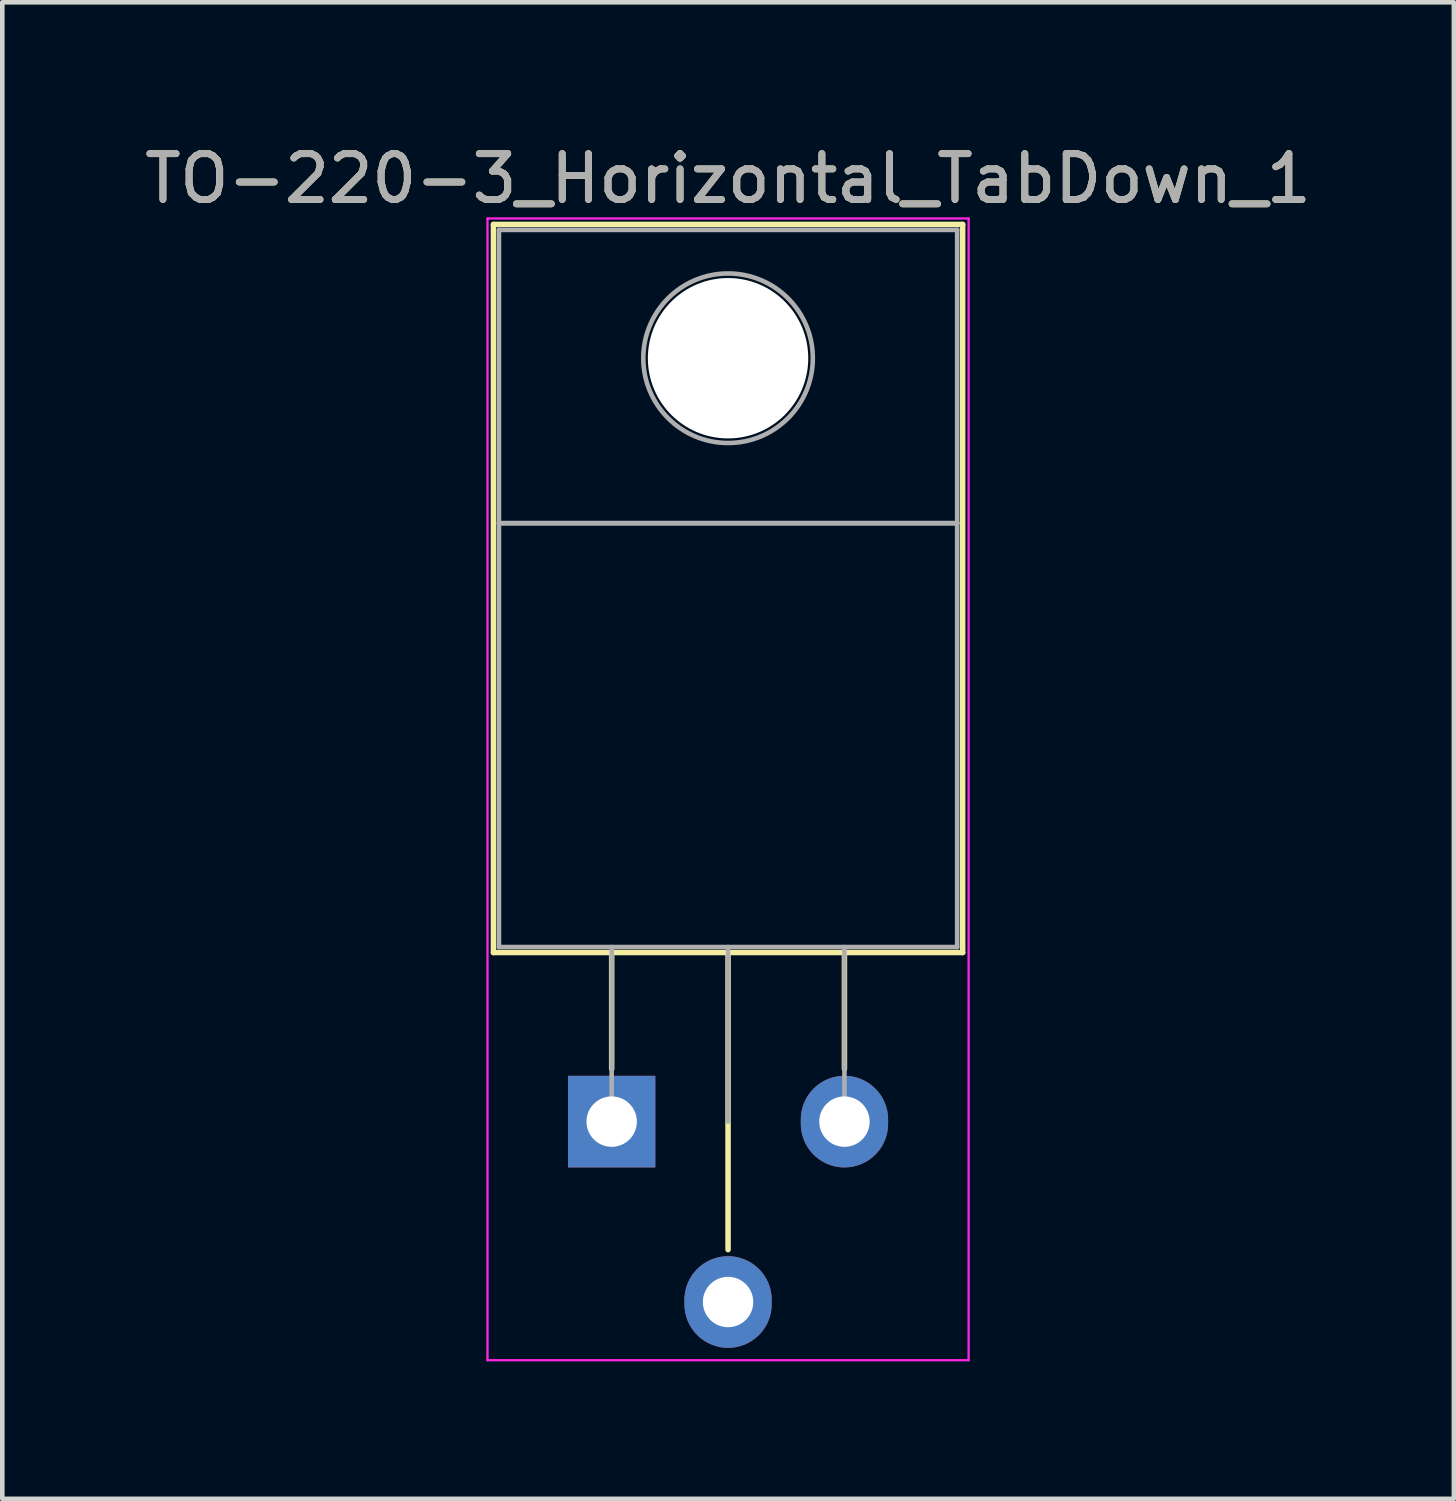
<source format=kicad_pcb>
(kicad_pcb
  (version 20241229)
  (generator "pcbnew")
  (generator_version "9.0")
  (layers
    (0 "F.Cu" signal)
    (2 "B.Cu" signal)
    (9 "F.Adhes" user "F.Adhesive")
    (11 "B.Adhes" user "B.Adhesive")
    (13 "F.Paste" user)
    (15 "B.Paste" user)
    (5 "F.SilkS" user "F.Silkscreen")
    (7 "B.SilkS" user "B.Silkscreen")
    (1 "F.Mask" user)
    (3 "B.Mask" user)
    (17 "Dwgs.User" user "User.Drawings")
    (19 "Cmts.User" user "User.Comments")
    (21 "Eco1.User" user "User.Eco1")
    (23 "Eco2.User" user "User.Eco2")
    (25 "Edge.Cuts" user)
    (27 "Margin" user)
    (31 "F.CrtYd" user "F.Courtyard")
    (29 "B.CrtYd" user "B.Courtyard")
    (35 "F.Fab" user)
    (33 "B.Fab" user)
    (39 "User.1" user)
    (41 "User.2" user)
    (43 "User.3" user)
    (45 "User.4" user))
  (footprint "TO-220-3_Horizontal_TabDown_1"
    (layer "F.Cu")
    (at 10.299 21.428)
    (property "Reference" "TO-220-3_Horizontal_TabDown_1" (at 2.54 -20.58 0) (layer "F.SilkS") (effects (font (size 1 1) (thickness 0.15))))
    (attr through_hole)
    (fp_line (start -2.58 -19.58) (end -2.58 -3.69) (stroke (width 0.12) (type solid)) (layer "F.SilkS"))
    (fp_line (start -2.58 -19.58) (end 7.66 -19.58) (stroke (width 0.12) (type solid)) (layer "F.SilkS"))
    (fp_line (start -2.58 -3.69) (end 7.66 -3.69) (stroke (width 0.12) (type solid)) (layer "F.SilkS"))
    (fp_line (start 0 -3.69) (end 0 -1.15) (stroke (width 0.12) (type solid)) (layer "F.SilkS"))
    (fp_line (start 2.54 -3.69) (end 2.54 2.794) (stroke (width 0.12) (type solid)) (layer "F.SilkS"))
    (fp_line (start 5.08 -3.69) (end 5.08 -1.15) (stroke (width 0.12) (type solid)) (layer "F.SilkS"))
    (fp_line (start 7.66 -19.58) (end 7.66 -3.69) (stroke (width 0.12) (type solid)) (layer "F.SilkS"))
    (fp_line (start -2.71 -19.71) (end -2.71 5.207) (stroke (width 0.05) (type solid)) (layer "F.CrtYd"))
    (fp_line (start -2.71 5.207) (end 7.79 5.207) (stroke (width 0.05) (type solid)) (layer "F.CrtYd"))
    (fp_line (start 7.79 -19.71) (end -2.71 -19.71) (stroke (width 0.05) (type solid)) (layer "F.CrtYd"))
    (fp_line (start 7.79 5.207) (end 7.79 -19.71) (stroke (width 0.05) (type solid)) (layer "F.CrtYd"))
    (fp_line (start -2.46 -19.46) (end 7.54 -19.46) (stroke (width 0.1) (type solid)) (layer "F.Fab"))
    (fp_line (start -2.46 -13.06) (end -2.46 -19.46) (stroke (width 0.1) (type solid)) (layer "F.Fab"))
    (fp_line (start -2.46 -13.06) (end 7.54 -13.06) (stroke (width 0.1) (type solid)) (layer "F.Fab"))
    (fp_line (start -2.46 -3.81) (end -2.46 -13.06) (stroke (width 0.1) (type solid)) (layer "F.Fab"))
    (fp_line (start 0 -3.81) (end 0 0) (stroke (width 0.1) (type solid)) (layer "F.Fab"))
    (fp_line (start 2.54 -3.81) (end 2.54 0) (stroke (width 0.1) (type solid)) (layer "F.Fab"))
    (fp_line (start 5.08 -3.81) (end 5.08 0) (stroke (width 0.1) (type solid)) (layer "F.Fab"))
    (fp_line (start 7.54 -19.46) (end 7.54 -13.06) (stroke (width 0.1) (type solid)) (layer "F.Fab"))
    (fp_line (start 7.54 -13.06) (end -2.46 -13.06) (stroke (width 0.1) (type solid)) (layer "F.Fab"))
    (fp_line (start 7.54 -13.06) (end 7.54 -3.81) (stroke (width 0.1) (type solid)) (layer "F.Fab"))
    (fp_line (start 7.54 -3.81) (end -2.46 -3.81) (stroke (width 0.1) (type solid)) (layer "F.Fab"))
    (fp_circle (center 2.54 -16.66) (end 4.39 -16.66) (stroke (width 0.1) (type solid)) (fill no) (layer "F.Fab"))
    (fp_text user "${REFERENCE}" (at 2.54 -20.58 0) (layer "F.Fab") (effects (font (size 1 1) (thickness 0.15))))
    (pad "" np_thru_hole oval (at 2.54 -16.66) (size 3.5 3.5) (drill 3.5) (layers "*.Cu" "*.Mask"))
    (pad "1" thru_hole rect (at 0 0) (size 1.905 2) (drill 1.1) (layers "*.Cu" "*.Mask"))
    (pad "2" thru_hole oval (at 2.54 3.937) (size 1.905 2) (drill 1.1) (layers "*.Cu" "*.Mask"))
    (pad "3" thru_hole oval (at 5.08 0) (size 1.905 2) (drill 1.1) (layers "*.Cu" "*.Mask")))
  (gr_rect
    (start -3 -3)
    (end 28.679 29.66)
    (stroke (width 0.1) (type default))
    (fill no)
    (layer "Edge.Cuts")))
</source>
